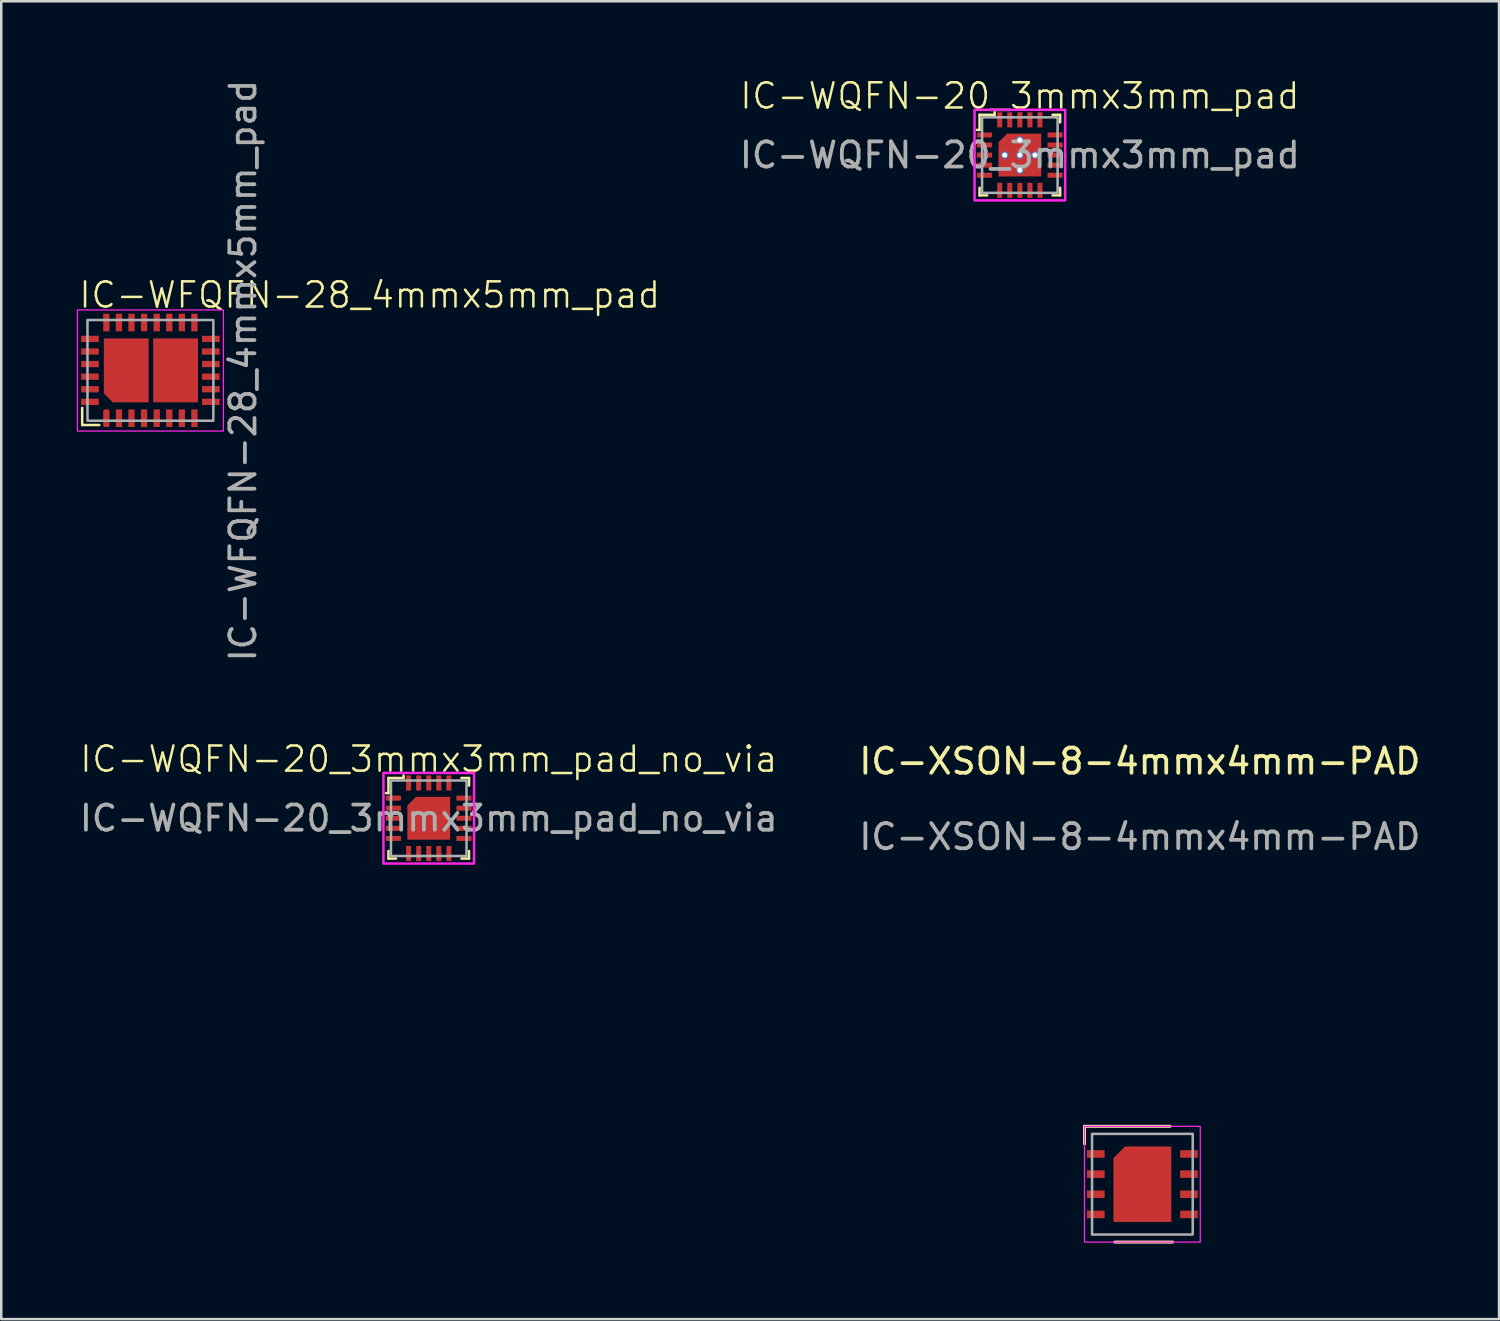
<source format=kicad_pcb>
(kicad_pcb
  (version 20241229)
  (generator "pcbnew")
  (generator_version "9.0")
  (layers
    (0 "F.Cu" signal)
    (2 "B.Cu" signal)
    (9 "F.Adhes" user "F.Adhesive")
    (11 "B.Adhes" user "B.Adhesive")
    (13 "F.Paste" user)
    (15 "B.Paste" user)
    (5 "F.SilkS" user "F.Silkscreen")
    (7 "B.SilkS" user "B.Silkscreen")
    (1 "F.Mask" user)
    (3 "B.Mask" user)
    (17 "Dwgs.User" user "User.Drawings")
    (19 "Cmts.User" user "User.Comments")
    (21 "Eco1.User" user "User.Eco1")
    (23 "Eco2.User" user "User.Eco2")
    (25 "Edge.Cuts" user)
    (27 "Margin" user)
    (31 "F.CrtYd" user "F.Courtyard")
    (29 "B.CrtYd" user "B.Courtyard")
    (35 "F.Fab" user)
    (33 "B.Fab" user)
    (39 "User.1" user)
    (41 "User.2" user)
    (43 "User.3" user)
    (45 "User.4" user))
  (footprint "IC-XSON-8-4mmx4mm-PAD"
    (layer "F.Cu")
    (at 42.332 43.993)
    (property "Reference" "IC-XSON-8-4mmx4mm-PAD" (at -0.1 -16.8 0) (unlocked yes) (layer "F.SilkS") (effects (font (size 1 1) (thickness 0.15))))
    (attr smd)
    (fp_line (start -2.3 -1.6) (end -2.3 -2.3) (stroke (width 0.12) (type solid)) (layer "F.SilkS"))
    (fp_line (start 1.1 -2.3) (end -2.3 -2.3) (stroke (width 0.12) (type solid)) (layer "F.SilkS"))
    (fp_line (start 1.2 2.3) (end -1.1 2.3) (stroke (width 0.12) (type solid)) (layer "F.SilkS"))
    (fp_rect (start -2.3 -2.3) (end 2.3 2.3) (stroke (width 0.05) (type solid)) (fill no) (layer "F.CrtYd"))
    (fp_rect (start -2 -2) (end 2 2) (stroke (width 0.1) (type solid)) (fill no) (layer "F.Fab"))
    (fp_text user "${REFERENCE}" (at -0.1 -13.8 0) (unlocked yes) (layer "F.Fab") (effects (font (size 1 1) (thickness 0.15))))
    (pad "1" smd rect (at -1.85 -1.2) (size 0.7 0.3) (layers "F.Cu" "F.Mask" "F.Paste"))
    (pad "2" smd rect (at -1.85 -0.4) (size 0.7 0.3) (layers "F.Cu" "F.Mask" "F.Paste"))
    (pad "3" smd rect (at -1.85 0.4) (size 0.7 0.3) (layers "F.Cu" "F.Mask" "F.Paste"))
    (pad "4" smd rect (at -1.85 1.2) (size 0.7 0.3) (layers "F.Cu" "F.Mask" "F.Paste"))
    (pad "5" smd rect (at 1.85 1.2) (size 0.7 0.3) (layers "F.Cu" "F.Mask" "F.Paste"))
    (pad "6" smd rect (at 1.85 0.4) (size 0.7 0.3) (layers "F.Cu" "F.Mask" "F.Paste"))
    (pad "7" smd rect (at 1.85 -0.4) (size 0.7 0.3) (layers "F.Cu" "F.Mask" "F.Paste"))
    (pad "8" smd rect (at 1.85 -1.2) (size 0.7 0.3) (layers "F.Cu" "F.Mask" "F.Paste"))
    (pad "PAD" smd roundrect (at 0 0) (size 2.3 3) (layers "F.Cu" "F.Mask" "F.Paste") (roundrect_rratio 0) (chamfer_ratio 0.2) (chamfer top_left)))
  (footprint "IC-WQFN-20_3mmx3mm_pad_no_via"
    (layer "F.Cu")
    (at 13.982 29.456)
    (property "Reference" "IC-WQFN-20_3mmx3mm_pad_no_via" (at 0 -2.35 0) (unlocked yes) (layer "F.SilkS") (effects (font (size 1 1) (thickness 0.1))))
    (attr through_hole)
    (fp_line (start -1.6 -1.6) (end -1.6 -1) (stroke (width 0.1) (type default)) (layer "F.SilkS"))
    (fp_line (start -1.6 -1) (end -1.7 -1) (stroke (width 0.1) (type default)) (layer "F.SilkS"))
    (fp_line (start -1.6 1.6) (end -1.6 1.3) (stroke (width 0.1) (type default)) (layer "F.SilkS"))
    (fp_line (start -1.3 1.6) (end -1.6 1.6) (stroke (width 0.1) (type default)) (layer "F.SilkS"))
    (fp_line (start -1 -1.7) (end -1 -1.6) (stroke (width 0.1) (type default)) (layer "F.SilkS"))
    (fp_line (start -1 -1.6) (end -1.6 -1.6) (stroke (width 0.1) (type default)) (layer "F.SilkS"))
    (fp_line (start 1.3 -1.6) (end 1.6 -1.6) (stroke (width 0.1) (type default)) (layer "F.SilkS"))
    (fp_line (start 1.6 -1.6) (end 1.6 -1.3) (stroke (width 0.1) (type default)) (layer "F.SilkS"))
    (fp_line (start 1.6 1.3) (end 1.6 1.6) (stroke (width 0.1) (type default)) (layer "F.SilkS"))
    (fp_line (start 1.6 1.6) (end 1.3 1.6) (stroke (width 0.1) (type default)) (layer "F.SilkS"))
    (fp_rect (start 0.2 0.2) (end 0.7 0.7) (stroke (width 0.1) (type default)) (fill yes) (layer "F.Paste"))
    (fp_rect (start -1.8 -1.8) (end 1.8 1.8) (stroke (width 0.1) (type default)) (fill no) (layer "F.CrtYd"))
    (fp_rect (start -1.5 -1.5) (end 1.5 1.5) (stroke (width 0.1) (type default)) (fill no) (layer "F.Fab"))
    (fp_text user "${REFERENCE}" (at 0 0 0) (unlocked yes) (layer "F.Fab") (effects (font (size 1 1) (thickness 0.15))))
    (pad "1" smd roundrect (at -1.4 -0.8) (size 0.6 0.2) (layers "F.Cu" "F.Mask" "F.Paste") (roundrect_rratio 0.25))
    (pad "2" smd rect (at -1.4 -0.4) (size 0.6 0.2) (layers "F.Cu" "F.Mask" "F.Paste"))
    (pad "3" smd rect (at -1.4 0) (size 0.6 0.2) (layers "F.Cu" "F.Mask" "F.Paste"))
    (pad "4" smd rect (at -1.4 0.4) (size 0.6 0.2) (layers "F.Cu" "F.Mask" "F.Paste"))
    (pad "5" smd rect (at -1.4 0.8) (size 0.6 0.2) (layers "F.Cu" "F.Mask" "F.Paste"))
    (pad "6" smd rect (at -0.8 1.4 90) (size 0.6 0.2) (layers "F.Cu" "F.Mask" "F.Paste"))
    (pad "7" smd rect (at -0.4 1.4 90) (size 0.6 0.2) (layers "F.Cu" "F.Mask" "F.Paste"))
    (pad "8" smd rect (at 0 1.4 90) (size 0.6 0.2) (layers "F.Cu" "F.Mask" "F.Paste"))
    (pad "9" smd rect (at 0.4 1.4 90) (size 0.6 0.2) (layers "F.Cu" "F.Mask" "F.Paste"))
    (pad "10" smd rect (at 0.8 1.4 90) (size 0.6 0.2) (layers "F.Cu" "F.Mask" "F.Paste"))
    (pad "11" smd rect (at 1.4 0.8) (size 0.6 0.2) (layers "F.Cu" "F.Mask" "F.Paste"))
    (pad "12" smd rect (at 1.4 0.4) (size 0.6 0.2) (layers "F.Cu" "F.Mask" "F.Paste"))
    (pad "13" smd rect (at 1.4 0) (size 0.6 0.2) (layers "F.Cu" "F.Mask" "F.Paste"))
    (pad "14" smd rect (at 1.4 -0.4) (size 0.6 0.2) (layers "F.Cu" "F.Mask" "F.Paste"))
    (pad "15" smd rect (at 1.4 -0.8) (size 0.6 0.2) (layers "F.Cu" "F.Mask" "F.Paste"))
    (pad "16" smd rect (at 0.8 -1.4 90) (size 0.6 0.2) (layers "F.Cu" "F.Mask" "F.Paste"))
    (pad "17" smd rect (at 0.4 -1.4 90) (size 0.6 0.2) (layers "F.Cu" "F.Mask" "F.Paste"))
    (pad "18" smd rect (at 0 -1.4 90) (size 0.6 0.2) (layers "F.Cu" "F.Mask" "F.Paste"))
    (pad "19" smd rect (at -0.4 -1.4 90) (size 0.6 0.2) (layers "F.Cu" "F.Mask" "F.Paste"))
    (pad "20" smd rect (at -0.8 -1.4 90) (size 0.6 0.2) (layers "F.Cu" "F.Mask" "F.Paste"))
    (pad "PAD" smd roundrect (at 0 0) (size 1.7 1.7) (layers "F.Cu" "F.Mask" "F.Paste") (roundrect_rratio 0) (chamfer_ratio 0.2) (chamfer top_left)))
  (footprint "IC-WFQFN-28_4mmx5mm_pad"
    (layer "F.Cu")
    (at 2.925 11.663)
    (property "Reference" "IC-WFQFN-28_4mmx5mm_pad" (at -2.9 -2.41 0) (unlocked yes) (layer "F.SilkS") (effects (font (size 1 1) (thickness 0.1)) (justify left bottom)))
    (attr smd)
    (fp_line (start -2.71 1.49) (end -2.71 2.17) (stroke (width 0.1) (type default)) (layer "F.SilkS"))
    (fp_line (start -2.71 2.17) (end -2.03 2.17) (stroke (width 0.1) (type default)) (layer "F.SilkS"))
    (fp_rect (start -2.9 -2.4) (end 2.9 2.41) (stroke (width 0.05) (type default)) (fill no) (layer "F.CrtYd"))
    (fp_rect (start -2.5 -2) (end 2.5 2) (stroke (width 0.1) (type default)) (fill no) (layer "F.Fab"))
    (fp_text user "${REFERENCE}" (at 3.68 0.01 90) (unlocked yes) (layer "F.Fab") (effects (font (size 1 1) (thickness 0.15))))
    (pad "1" smd roundrect (at -1.75 1.9) (size 0.25 0.7) (layers "F.Cu" "F.Mask" "F.Paste") (roundrect_rratio 0.25))
    (pad "2" smd rect (at -1.25 1.9) (size 0.25 0.7) (layers "F.Cu" "F.Mask" "F.Paste"))
    (pad "3" smd rect (at -0.75 1.9) (size 0.25 0.7) (layers "F.Cu" "F.Mask" "F.Paste"))
    (pad "4" smd rect (at -0.25 1.9) (size 0.25 0.7) (layers "F.Cu" "F.Mask" "F.Paste"))
    (pad "5" smd rect (at 0.25 1.9) (size 0.25 0.7) (layers "F.Cu" "F.Mask" "F.Paste"))
    (pad "6" smd rect (at 0.75 1.9) (size 0.25 0.7) (layers "F.Cu" "F.Mask" "F.Paste"))
    (pad "7" smd rect (at 1.25 1.9) (size 0.25 0.7) (layers "F.Cu" "F.Mask" "F.Paste"))
    (pad "8" smd rect (at 1.75 1.9) (size 0.25 0.7) (layers "F.Cu" "F.Mask" "F.Paste"))
    (pad "9" smd rect (at 2.4 1.25 90) (size 0.25 0.7) (layers "F.Cu" "F.Mask" "F.Paste"))
    (pad "10" smd rect (at 2.4 0.75 90) (size 0.25 0.7) (layers "F.Cu" "F.Mask" "F.Paste"))
    (pad "11" smd rect (at 2.4 0.25 90) (size 0.25 0.7) (layers "F.Cu" "F.Mask" "F.Paste"))
    (pad "12" smd rect (at 2.4 -0.25 90) (size 0.25 0.7) (layers "F.Cu" "F.Mask" "F.Paste"))
    (pad "13" smd rect (at 2.4 -0.75 90) (size 0.25 0.7) (layers "F.Cu" "F.Mask" "F.Paste"))
    (pad "14" smd rect (at 2.4 -1.25 90) (size 0.25 0.7) (layers "F.Cu" "F.Mask" "F.Paste"))
    (pad "15" smd rect (at 1.75 -1.9) (size 0.25 0.7) (layers "F.Cu" "F.Mask" "F.Paste"))
    (pad "16" smd rect (at 1.25 -1.9) (size 0.25 0.7) (layers "F.Cu" "F.Mask" "F.Paste"))
    (pad "17" smd rect (at 0.75 -1.9) (size 0.25 0.7) (layers "F.Cu" "F.Mask" "F.Paste"))
    (pad "18" smd rect (at 0.25 -1.9) (size 0.25 0.7) (layers "F.Cu" "F.Mask" "F.Paste"))
    (pad "19" smd rect (at -0.25 -1.9) (size 0.25 0.7) (layers "F.Cu" "F.Mask" "F.Paste"))
    (pad "20" smd rect (at -0.75 -1.9) (size 0.25 0.7) (layers "F.Cu" "F.Mask" "F.Paste"))
    (pad "21" smd rect (at -1.25 -1.9) (size 0.25 0.7) (layers "F.Cu" "F.Mask" "F.Paste"))
    (pad "22" smd rect (at -1.75 -1.9) (size 0.25 0.7) (layers "F.Cu" "F.Mask" "F.Paste"))
    (pad "23" smd rect (at -2.4 -1.25 90) (size 0.25 0.7) (layers "F.Cu" "F.Mask" "F.Paste"))
    (pad "24" smd rect (at -2.4 -0.75 90) (size 0.25 0.7) (layers "F.Cu" "F.Mask" "F.Paste"))
    (pad "25" smd rect (at -2.4 -0.25 90) (size 0.25 0.7) (layers "F.Cu" "F.Mask" "F.Paste"))
    (pad "26" smd rect (at -2.4 0.25 90) (size 0.25 0.7) (layers "F.Cu" "F.Mask" "F.Paste"))
    (pad "27" smd rect (at -2.4 0.75 90) (size 0.25 0.7) (layers "F.Cu" "F.Mask" "F.Paste"))
    (pad "28" smd rect (at -2.4 1.25 90) (size 0.25 0.7) (layers "F.Cu" "F.Mask" "F.Paste"))
    (pad "29" smd roundrect (at -0.96 0) (size 1.78 2.54) (layers "F.Cu" "F.Mask" "F.Paste") (roundrect_rratio 0) (chamfer_ratio 0.2) (chamfer bottom_left))
    (pad "29" smd rect (at 1 0) (size 1.78 2.54) (layers "F.Cu" "F.Mask" "F.Paste")))
  (footprint "IC-WQFN-20_3mmx3mm_pad"
    (layer "F.Cu")
    (at 37.464 3.111)
    (property "Reference" "IC-WQFN-20_3mmx3mm_pad" (at 0 -2.35 0) (unlocked yes) (layer "F.SilkS") (effects (font (size 1 1) (thickness 0.1))))
    (attr through_hole)
    (fp_line (start -1.6 -1.6) (end -1.6 -1) (stroke (width 0.1) (type default)) (layer "F.SilkS"))
    (fp_line (start -1.6 -1) (end -1.7 -1) (stroke (width 0.1) (type default)) (layer "F.SilkS"))
    (fp_line (start -1.6 1.6) (end -1.6 1.3) (stroke (width 0.1) (type default)) (layer "F.SilkS"))
    (fp_line (start -1.3 1.6) (end -1.6 1.6) (stroke (width 0.1) (type default)) (layer "F.SilkS"))
    (fp_line (start -1 -1.7) (end -1 -1.6) (stroke (width 0.1) (type default)) (layer "F.SilkS"))
    (fp_line (start -1 -1.6) (end -1.6 -1.6) (stroke (width 0.1) (type default)) (layer "F.SilkS"))
    (fp_line (start 1.3 -1.6) (end 1.6 -1.6) (stroke (width 0.1) (type default)) (layer "F.SilkS"))
    (fp_line (start 1.6 -1.6) (end 1.6 -1.3) (stroke (width 0.1) (type default)) (layer "F.SilkS"))
    (fp_line (start 1.6 1.3) (end 1.6 1.6) (stroke (width 0.1) (type default)) (layer "F.SilkS"))
    (fp_line (start 1.6 1.6) (end 1.3 1.6) (stroke (width 0.1) (type default)) (layer "F.SilkS"))
    (fp_rect (start 0.2 0.2) (end 0.7 0.7) (stroke (width 0.1) (type default)) (fill yes) (layer "F.Paste"))
    (fp_rect (start -1.8 -1.8) (end 1.8 1.8) (stroke (width 0.1) (type default)) (fill no) (layer "F.CrtYd"))
    (fp_rect (start -1.5 -1.5) (end 1.5 1.5) (stroke (width 0.1) (type default)) (fill no) (layer "F.Fab"))
    (fp_text user "${REFERENCE}" (at 0 0 0) (unlocked yes) (layer "F.Fab") (effects (font (size 1 1) (thickness 0.15))))
    (pad "1" smd roundrect (at -1.4 -0.8) (size 0.6 0.2) (layers "F.Cu" "F.Mask" "F.Paste") (roundrect_rratio 0.25))
    (pad "2" smd rect (at -1.4 -0.4) (size 0.6 0.2) (layers "F.Cu" "F.Mask" "F.Paste"))
    (pad "3" smd rect (at -1.4 0) (size 0.6 0.2) (layers "F.Cu" "F.Mask" "F.Paste"))
    (pad "4" smd rect (at -1.4 0.4) (size 0.6 0.2) (layers "F.Cu" "F.Mask" "F.Paste"))
    (pad "5" smd rect (at -1.4 0.8) (size 0.6 0.2) (layers "F.Cu" "F.Mask" "F.Paste"))
    (pad "6" smd rect (at -0.8 1.4 90) (size 0.6 0.2) (layers "F.Cu" "F.Mask" "F.Paste"))
    (pad "7" smd rect (at -0.4 1.4 90) (size 0.6 0.2) (layers "F.Cu" "F.Mask" "F.Paste"))
    (pad "8" smd rect (at 0 1.4 90) (size 0.6 0.2) (layers "F.Cu" "F.Mask" "F.Paste"))
    (pad "9" smd rect (at 0.4 1.4 90) (size 0.6 0.2) (layers "F.Cu" "F.Mask" "F.Paste"))
    (pad "10" smd rect (at 0.8 1.4 90) (size 0.6 0.2) (layers "F.Cu" "F.Mask" "F.Paste"))
    (pad "11" smd rect (at 1.4 0.8) (size 0.6 0.2) (layers "F.Cu" "F.Mask" "F.Paste"))
    (pad "12" smd rect (at 1.4 0.4) (size 0.6 0.2) (layers "F.Cu" "F.Mask" "F.Paste"))
    (pad "13" smd rect (at 1.4 0) (size 0.6 0.2) (layers "F.Cu" "F.Mask" "F.Paste"))
    (pad "14" smd rect (at 1.4 -0.4) (size 0.6 0.2) (layers "F.Cu" "F.Mask" "F.Paste"))
    (pad "15" smd rect (at 1.4 -0.8) (size 0.6 0.2) (layers "F.Cu" "F.Mask" "F.Paste"))
    (pad "16" smd rect (at 0.8 -1.4 90) (size 0.6 0.2) (layers "F.Cu" "F.Mask" "F.Paste"))
    (pad "17" smd rect (at 0.4 -1.4 90) (size 0.6 0.2) (layers "F.Cu" "F.Mask" "F.Paste"))
    (pad "18" smd rect (at 0 -1.4 90) (size 0.6 0.2) (layers "F.Cu" "F.Mask" "F.Paste"))
    (pad "19" smd rect (at -0.4 -1.4 90) (size 0.6 0.2) (layers "F.Cu" "F.Mask" "F.Paste"))
    (pad "20" smd rect (at -0.8 -1.4 90) (size 0.6 0.2) (layers "F.Cu" "F.Mask" "F.Paste"))
    (pad "PAD" thru_hole circle (at -0.6 0 90) (size 0.3 0.3) (drill 0.2) (property pad_prop_heatsink) (layers "*.Cu" "*.Mask"))
    (pad "PAD" thru_hole circle (at 0 -0.6 90) (size 0.3 0.3) (drill 0.2) (property pad_prop_heatsink) (layers "*.Cu" "*.Mask"))
    (pad "PAD" thru_hole circle (at 0 0 90) (size 0.3 0.3) (drill 0.2) (property pad_prop_heatsink) (layers "*.Cu" "*.Mask"))
    (pad "PAD" smd roundrect (at 0 0) (size 1.7 1.7) (layers "F.Cu" "F.Mask" "F.Paste") (roundrect_rratio 0) (chamfer_ratio 0.2) (chamfer top_left))
    (pad "PAD" thru_hole circle (at 0 0.6 90) (size 0.3 0.3) (drill 0.2) (property pad_prop_heatsink) (layers "*.Cu" "*.Mask"))
    (pad "PAD" thru_hole circle (at 0.6 0 90) (size 0.3 0.3) (drill 0.2) (property pad_prop_heatsink) (layers "*.Cu" "*.Mask")))
  (gr_rect
    (start -3 -3)
    (end 56.5 49.353)
    (stroke (width 0.1) (type default))
    (fill no)
    (layer "Edge.Cuts")))
</source>
